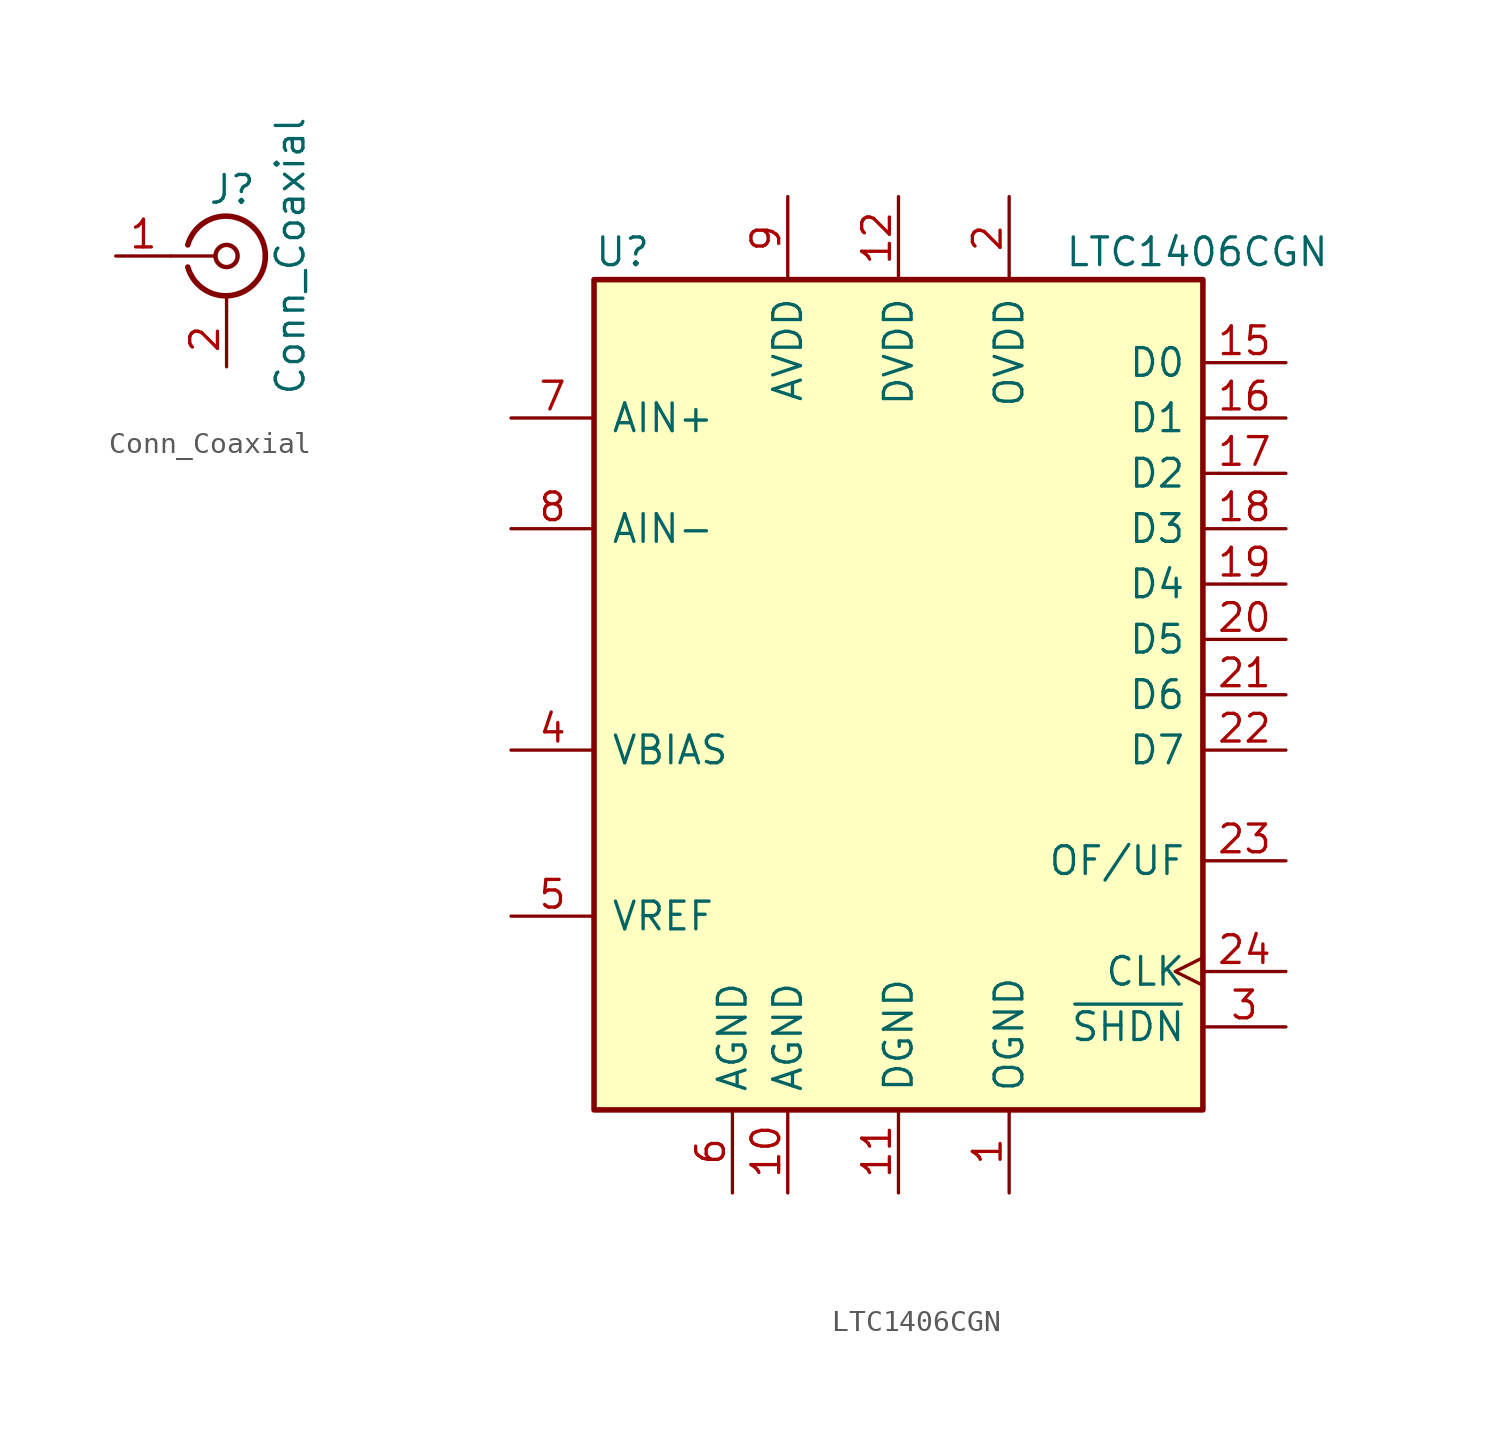
<source format=kicad_sym>
(kicad_symbol_lib
  (version 20220914)
  (generator kicad_symbol_editor)
  (symbol "Conn_Coaxial"
    (pin_names
      (offset 1.016) hide)
    (property "Reference" "J"
      (at 0.254 3.048 0)
      (effects (font (size 1.27 1.27))))
    (property "Value" "Conn_Coaxial"
      (at 2.921 0 90)
      (effects (font (size 1.27 1.27))))
    (symbol "Conn_Coaxial_0_1"
      (arc (start -1.778 -0.508) (mid 0.222 -1.808) (end 1.778 0) (stroke (width 0.254) (type default)) (fill (type none)))
      (polyline (pts (xy -2.54 0) (xy -0.508 0)) (stroke (width 0) (type default)) (fill (type none)))
      (polyline (pts (xy 0 -2.54) (xy 0 -1.778)) (stroke (width 0) (type default)) (fill (type none)))
      (circle (center 0 0) (radius 0.508) (stroke (width 0.203) (type default)) (fill (type none)))
      (arc (start 1.778 0) (mid 0.222 1.8083) (end -1.778 0.508) (stroke (width 0.254) (type default)) (fill (type none))))
    (symbol "Conn_Coaxial_1_1"
      (pin passive line (at -5.08 0 0) (length 2.54) (name "In" (effects (font (size 1.27 1.27)))) (number "1" (effects (font (size 1.27 1.27)))))
      (pin passive line (at 0 -5.08 90) (length 2.54) (name "Ext" (effects (font (size 1.27 1.27)))) (number "2" (effects (font (size 1.27 1.27)))))))
  (symbol "LTC1406CGN"
    (pin_names
      (offset 0.762))
    (property "Reference" "U"
      (at -13.97 20.32 0)
      (effects (font (size 1.27 1.27)) (justify left)))
    (property "Value" "LTC1406CGN"
      (at 7.62 20.32 0)
      (effects (font (size 1.27 1.27)) (justify left)))
    (symbol "LTC1406CGN_0_1"
      (rectangle (start -13.97 -19.05) (end 13.97 19.05) (stroke (width 0.254) (type default)) (fill (type background))))
    (symbol "LTC1406CGN_1_1"
      (pin power_in line (at 5.08 -22.86 90) (length 3.81) (name "OGND" (effects (font (size 1.27 1.27)))) (number "1" (effects (font (size 1.27 1.27)))))
      (pin power_in line (at -5.08 -22.86 90) (length 3.81) (name "AGND" (effects (font (size 1.27 1.27)))) (number "10" (effects (font (size 1.27 1.27)))))
      (pin power_in line (at 0 -22.86 90) (length 3.81) (name "DGND" (effects (font (size 1.27 1.27)))) (number "11" (effects (font (size 1.27 1.27)))))
      (pin power_in line (at 0 22.86 270) (length 3.81) (name "DVDD" (effects (font (size 1.27 1.27)))) (number "12" (effects (font (size 1.27 1.27)))))
      (pin no_connect line (at 7.62 -22.86 90) (length 3.81) hide (name "NC" (effects (font (size 1.27 1.27)))) (number "13" (effects (font (size 1.27 1.27)))))
      (pin no_connect line (at 10.16 -22.86 90) (length 3.81) hide (name "NC" (effects (font (size 1.27 1.27)))) (number "14" (effects (font (size 1.27 1.27)))))
      (pin output line (at 17.78 15.24 180) (length 3.81) (name "D0" (effects (font (size 1.27 1.27)))) (number "15" (effects (font (size 1.27 1.27)))))
      (pin output line (at 17.78 12.7 180) (length 3.81) (name "D1" (effects (font (size 1.27 1.27)))) (number "16" (effects (font (size 1.27 1.27)))))
      (pin output line (at 17.78 10.16 180) (length 3.81) (name "D2" (effects (font (size 1.27 1.27)))) (number "17" (effects (font (size 1.27 1.27)))))
      (pin output line (at 17.78 7.62 180) (length 3.81) (name "D3" (effects (font (size 1.27 1.27)))) (number "18" (effects (font (size 1.27 1.27)))))
      (pin output line (at 17.78 5.08 180) (length 3.81) (name "D4" (effects (font (size 1.27 1.27)))) (number "19" (effects (font (size 1.27 1.27)))))
      (pin power_in line (at 5.08 22.86 270) (length 3.81) (name "OVDD" (effects (font (size 1.27 1.27)))) (number "2" (effects (font (size 1.27 1.27)))))
      (pin output line (at 17.78 2.54 180) (length 3.81) (name "D5" (effects (font (size 1.27 1.27)))) (number "20" (effects (font (size 1.27 1.27)))))
      (pin output line (at 17.78 0 180) (length 3.81) (name "D6" (effects (font (size 1.27 1.27)))) (number "21" (effects (font (size 1.27 1.27)))))
      (pin output line (at 17.78 -2.54 180) (length 3.81) (name "D7" (effects (font (size 1.27 1.27)))) (number "22" (effects (font (size 1.27 1.27)))))
      (pin output line (at 17.78 -7.62 180) (length 3.81) (name "OF/UF" (effects (font (size 1.27 1.27)))) (number "23" (effects (font (size 1.27 1.27)))))
      (pin input clock (at 17.78 -12.7 180) (length 3.81) (name "CLK" (effects (font (size 1.27 1.27)))) (number "24" (effects (font (size 1.27 1.27)))))
      (pin input line (at 17.78 -15.24 180) (length 3.81) (name "~{SHDN}" (effects (font (size 1.27 1.27)))) (number "3" (effects (font (size 1.27 1.27)))))
      (pin input line (at -17.78 -2.54 0) (length 3.81) (name "VBIAS" (effects (font (size 1.27 1.27)))) (number "4" (effects (font (size 1.27 1.27)))))
      (pin input line (at -17.78 -10.16 0) (length 3.81) (name "VREF" (effects (font (size 1.27 1.27)))) (number "5" (effects (font (size 1.27 1.27)))))
      (pin power_in line (at -7.62 -22.86 90) (length 3.81) (name "AGND" (effects (font (size 1.27 1.27)))) (number "6" (effects (font (size 1.27 1.27)))))
      (pin input line (at -17.78 12.7 0) (length 3.81) (name "AIN+" (effects (font (size 1.27 1.27)))) (number "7" (effects (font (size 1.27 1.27)))))
      (pin input line (at -17.78 7.62 0) (length 3.81) (name "AIN-" (effects (font (size 1.27 1.27)))) (number "8" (effects (font (size 1.27 1.27)))))
      (pin power_in line (at -5.08 22.86 270) (length 3.81) (name "AVDD" (effects (font (size 1.27 1.27)))) (number "9" (effects (font (size 1.27 1.27))))))))
</source>
